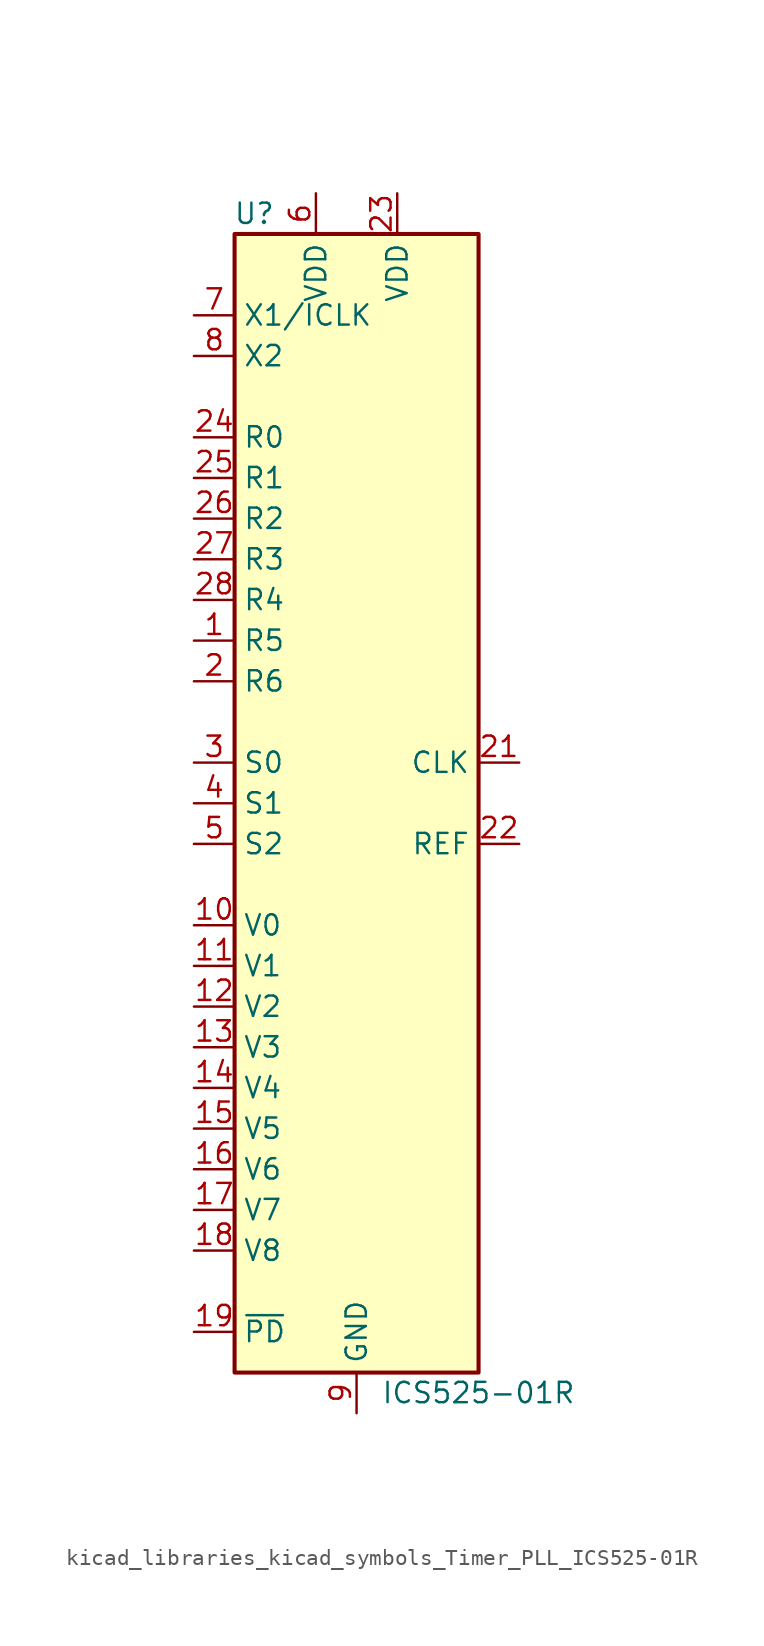
<source format=kicad_sym>
(kicad_symbol_lib
  (version 20220914)
  (generator kicad_symbol_editor)
  (symbol "kicad_libraries_kicad_symbols_Timer_PLL_ICS525-01R"
    (property "Reference" "U"
      (at -5.08 36.83 0)
      (effects (font (size 1.27 1.27)) (justify right)))
    (property "Value" "ICS525-01R"
      (at 7.62 -36.83 0)
      (effects (font (size 1.27 1.27))))
    (symbol "kicad_libraries_kicad_symbols_Timer_PLL_ICS525-01R_0_1"
      (rectangle (start -7.62 35.56) (end 7.62 -35.56) (stroke (width 0.254) (type default)) (fill (type background))))
    (symbol "kicad_libraries_kicad_symbols_Timer_PLL_ICS525-01R_1_1"
      (pin input line (at -10.16 10.16 0) (length 2.54) (name "R5" (effects (font (size 1.27 1.27)))) (number "1" (effects (font (size 1.27 1.27)))))
      (pin input line (at -10.16 -7.62 0) (length 2.54) (name "V0" (effects (font (size 1.27 1.27)))) (number "10" (effects (font (size 1.27 1.27)))))
      (pin input line (at -10.16 -10.16 0) (length 2.54) (name "V1" (effects (font (size 1.27 1.27)))) (number "11" (effects (font (size 1.27 1.27)))))
      (pin input line (at -10.16 -12.7 0) (length 2.54) (name "V2" (effects (font (size 1.27 1.27)))) (number "12" (effects (font (size 1.27 1.27)))))
      (pin input line (at -10.16 -15.24 0) (length 2.54) (name "V3" (effects (font (size 1.27 1.27)))) (number "13" (effects (font (size 1.27 1.27)))))
      (pin input line (at -10.16 -17.78 0) (length 2.54) (name "V4" (effects (font (size 1.27 1.27)))) (number "14" (effects (font (size 1.27 1.27)))))
      (pin input line (at -10.16 -20.32 0) (length 2.54) (name "V5" (effects (font (size 1.27 1.27)))) (number "15" (effects (font (size 1.27 1.27)))))
      (pin input line (at -10.16 -22.86 0) (length 2.54) (name "V6" (effects (font (size 1.27 1.27)))) (number "16" (effects (font (size 1.27 1.27)))))
      (pin input line (at -10.16 -25.4 0) (length 2.54) (name "V7" (effects (font (size 1.27 1.27)))) (number "17" (effects (font (size 1.27 1.27)))))
      (pin input line (at -10.16 -27.94 0) (length 2.54) (name "V8" (effects (font (size 1.27 1.27)))) (number "18" (effects (font (size 1.27 1.27)))))
      (pin input line (at -10.16 -33.02 0) (length 2.54) (name "~{PD}" (effects (font (size 1.27 1.27)))) (number "19" (effects (font (size 1.27 1.27)))))
      (pin input line (at -10.16 7.62 0) (length 2.54) (name "R6" (effects (font (size 1.27 1.27)))) (number "2" (effects (font (size 1.27 1.27)))))
      (pin passive line (at 0 -38.1 90) (length 2.54) hide (name "GND" (effects (font (size 1.27 1.27)))) (number "20" (effects (font (size 1.27 1.27)))))
      (pin tri_state line (at 10.16 2.54 180) (length 2.54) (name "CLK" (effects (font (size 1.27 1.27)))) (number "21" (effects (font (size 1.27 1.27)))))
      (pin tri_state line (at 10.16 -2.54 180) (length 2.54) (name "REF" (effects (font (size 1.27 1.27)))) (number "22" (effects (font (size 1.27 1.27)))))
      (pin power_in line (at 2.54 38.1 270) (length 2.54) (name "VDD" (effects (font (size 1.27 1.27)))) (number "23" (effects (font (size 1.27 1.27)))))
      (pin input line (at -10.16 22.86 0) (length 2.54) (name "R0" (effects (font (size 1.27 1.27)))) (number "24" (effects (font (size 1.27 1.27)))))
      (pin input line (at -10.16 20.32 0) (length 2.54) (name "R1" (effects (font (size 1.27 1.27)))) (number "25" (effects (font (size 1.27 1.27)))))
      (pin input line (at -10.16 17.78 0) (length 2.54) (name "R2" (effects (font (size 1.27 1.27)))) (number "26" (effects (font (size 1.27 1.27)))))
      (pin input line (at -10.16 15.24 0) (length 2.54) (name "R3" (effects (font (size 1.27 1.27)))) (number "27" (effects (font (size 1.27 1.27)))))
      (pin input line (at -10.16 12.7 0) (length 2.54) (name "R4" (effects (font (size 1.27 1.27)))) (number "28" (effects (font (size 1.27 1.27)))))
      (pin input line (at -10.16 2.54 0) (length 2.54) (name "S0" (effects (font (size 1.27 1.27)))) (number "3" (effects (font (size 1.27 1.27)))))
      (pin input line (at -10.16 0 0) (length 2.54) (name "S1" (effects (font (size 1.27 1.27)))) (number "4" (effects (font (size 1.27 1.27)))))
      (pin input line (at -10.16 -2.54 0) (length 2.54) (name "S2" (effects (font (size 1.27 1.27)))) (number "5" (effects (font (size 1.27 1.27)))))
      (pin power_in line (at -2.54 38.1 270) (length 2.54) (name "VDD" (effects (font (size 1.27 1.27)))) (number "6" (effects (font (size 1.27 1.27)))))
      (pin input line (at -10.16 30.48 0) (length 2.54) (name "X1/ICLK" (effects (font (size 1.27 1.27)))) (number "7" (effects (font (size 1.27 1.27)))))
      (pin output line (at -10.16 27.94 0) (length 2.54) (name "X2" (effects (font (size 1.27 1.27)))) (number "8" (effects (font (size 1.27 1.27)))))
      (pin power_in line (at 0 -38.1 90) (length 2.54) (name "GND" (effects (font (size 1.27 1.27)))) (number "9" (effects (font (size 1.27 1.27))))))))
</source>
